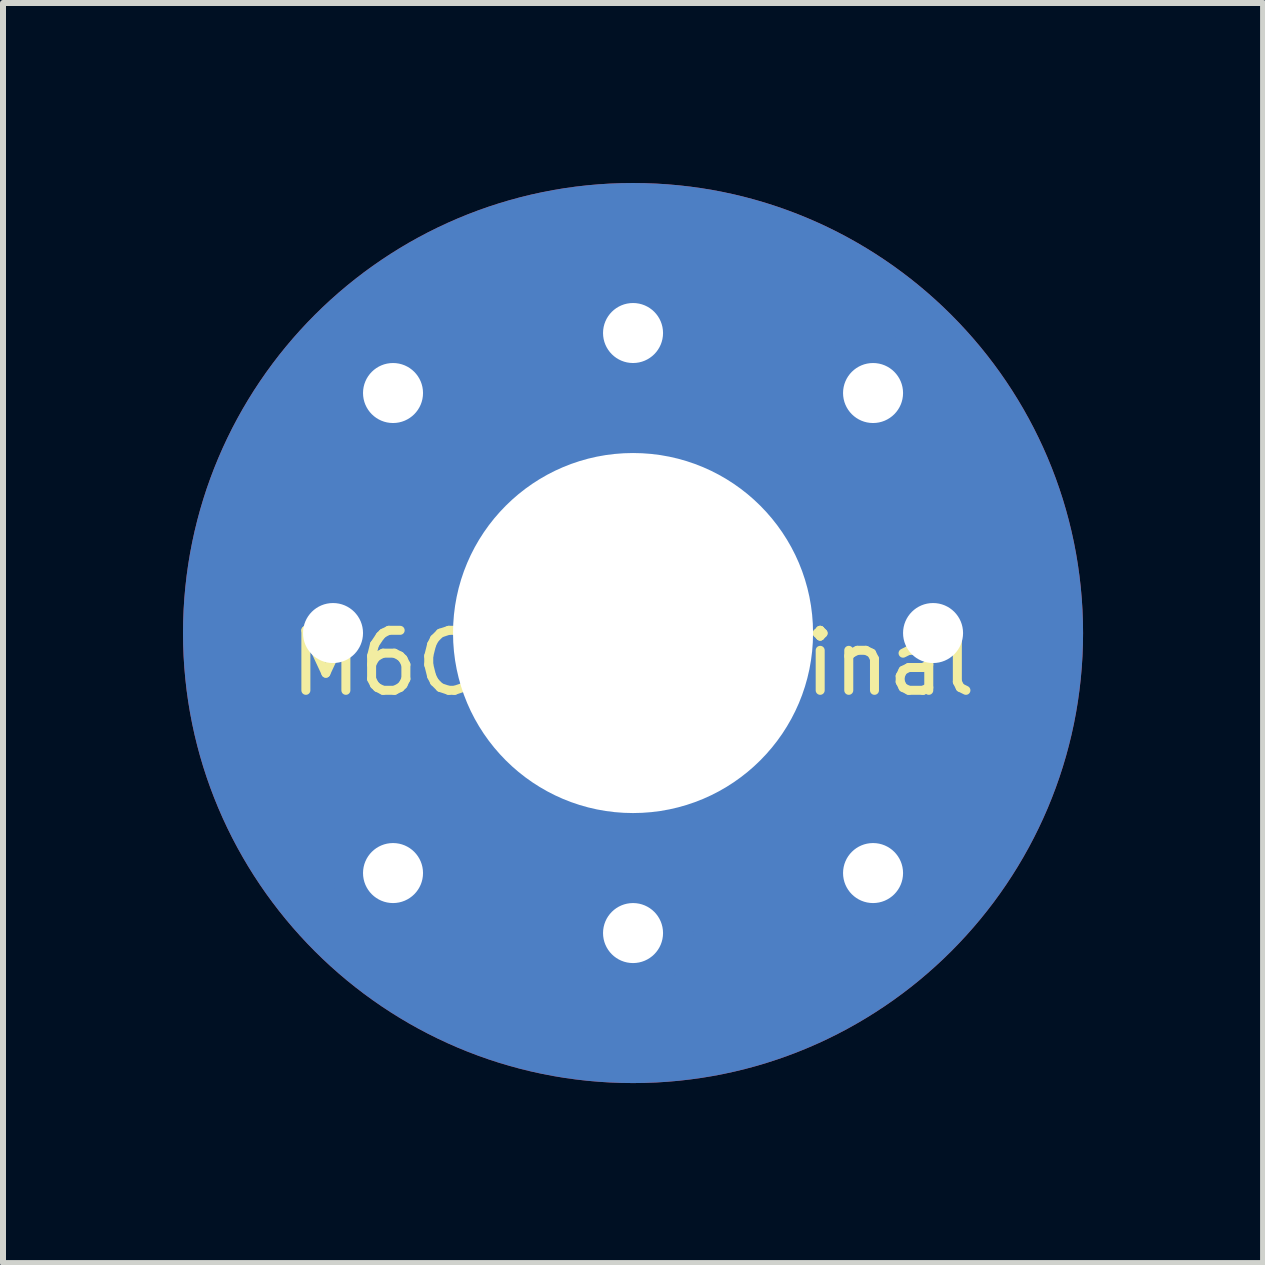
<source format=kicad_pcb>
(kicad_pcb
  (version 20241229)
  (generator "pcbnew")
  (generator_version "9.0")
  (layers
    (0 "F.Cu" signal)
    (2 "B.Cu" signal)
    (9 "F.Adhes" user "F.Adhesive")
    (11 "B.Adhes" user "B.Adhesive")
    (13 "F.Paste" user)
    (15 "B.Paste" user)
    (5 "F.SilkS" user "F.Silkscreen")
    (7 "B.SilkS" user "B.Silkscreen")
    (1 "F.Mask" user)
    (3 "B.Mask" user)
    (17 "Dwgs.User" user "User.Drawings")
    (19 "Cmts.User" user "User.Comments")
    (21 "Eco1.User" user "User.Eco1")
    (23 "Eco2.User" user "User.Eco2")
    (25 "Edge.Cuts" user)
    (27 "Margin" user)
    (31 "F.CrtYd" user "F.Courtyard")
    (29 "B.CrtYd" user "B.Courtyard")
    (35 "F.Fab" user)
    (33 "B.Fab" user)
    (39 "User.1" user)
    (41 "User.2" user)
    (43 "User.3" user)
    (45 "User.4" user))
  (footprint "M6CellTerminal"
    (layer "F.Cu")
    (at 7.5 7.5)
    (property "Reference" "M6CellTerminal" (at 0 0.5 0) (layer "F.SilkS") (effects (font (size 1 1) (thickness 0.15))))
    (attr through_hole)
    (pad "" thru_hole circle (at -4 -4) (size 2 2) (drill 1) (layers "*.Cu" "*.Mask"))
    (pad "1" thru_hole circle (at 0 -5) (size 2 2) (drill 1) (layers "*.Cu" "*.Mask"))
    (pad "1" thru_hole circle (at 0 0) (size 15 15) (drill 6) (layers "*.Cu" "*.Mask"))
    (pad "~0" thru_hole circle (at 5 0) (size 2 2) (drill 1) (layers "*.Cu" "*.Mask"))
    (pad "~1" thru_hole circle (at 0 5) (size 2 2) (drill 1) (layers "*.Cu" "*.Mask"))
    (pad "~2" thru_hole circle (at -5 0) (size 2 2) (drill 1) (layers "*.Cu" "*.Mask"))
    (pad "~4" thru_hole circle (at 4 -4) (size 2 2) (drill 1) (layers "*.Cu" "*.Mask"))
    (pad "~5" thru_hole circle (at 4 4) (size 2 2) (drill 1) (layers "*.Cu" "*.Mask"))
    (pad "~6" thru_hole circle (at -4 4) (size 2 2) (drill 1) (layers "*.Cu" "*.Mask")))
  (gr_rect
    (start -3 -3)
    (end 18 18)
    (stroke (width 0.1) (type default))
    (fill no)
    (layer "Edge.Cuts")))
</source>
